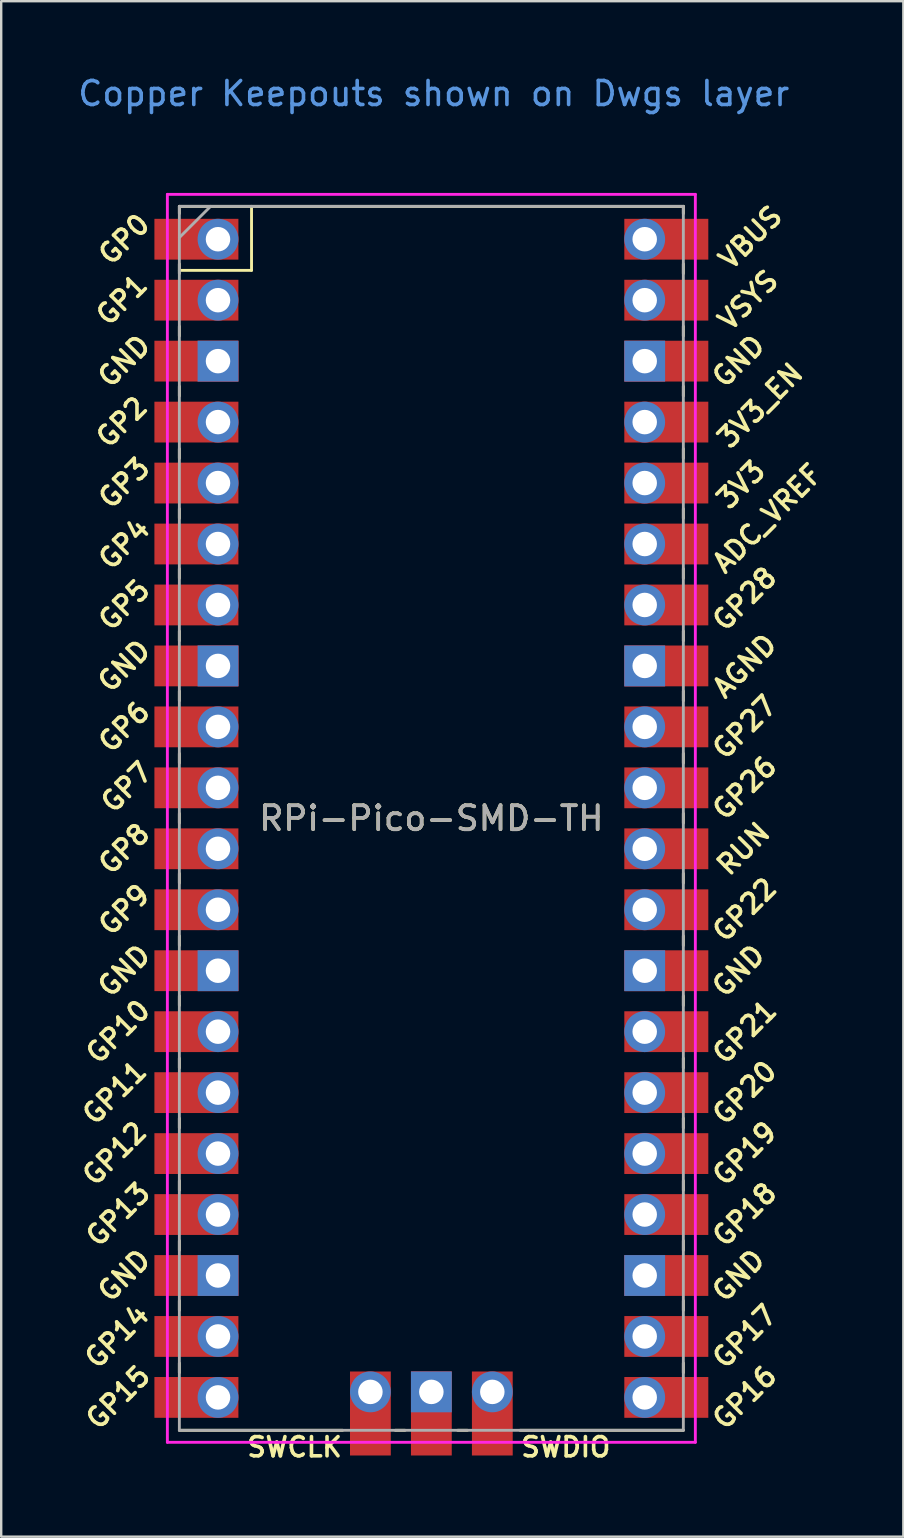
<source format=kicad_pcb>
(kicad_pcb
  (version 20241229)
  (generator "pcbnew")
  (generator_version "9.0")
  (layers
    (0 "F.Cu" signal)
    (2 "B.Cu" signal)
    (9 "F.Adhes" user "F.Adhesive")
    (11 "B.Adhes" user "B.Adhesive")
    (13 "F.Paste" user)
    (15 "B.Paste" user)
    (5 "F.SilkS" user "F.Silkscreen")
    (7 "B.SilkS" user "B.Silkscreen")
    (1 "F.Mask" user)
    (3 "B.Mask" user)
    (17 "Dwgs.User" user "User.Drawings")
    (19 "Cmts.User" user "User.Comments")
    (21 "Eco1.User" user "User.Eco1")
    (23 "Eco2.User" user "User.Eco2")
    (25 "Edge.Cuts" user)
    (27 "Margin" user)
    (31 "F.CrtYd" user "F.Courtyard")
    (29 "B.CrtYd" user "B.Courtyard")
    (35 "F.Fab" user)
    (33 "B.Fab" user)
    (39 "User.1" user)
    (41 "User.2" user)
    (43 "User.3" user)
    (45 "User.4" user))
  (footprint "RPi-Pico-SMD-TH"
    (layer "F.Cu")
    (at 14.924 31.048)
    (property "Reference" "RPi-Pico-SMD-TH" (at 0 0 0) (layer "F.SilkS") (effects (font (size 1 1) (thickness 0.15))))
    (attr through_hole)
    (fp_line (start -10.5 -25.5) (end -10.5 -25.2) (stroke (width 0.12) (type solid)) (layer "F.SilkS"))
    (fp_line (start -10.5 -25.5) (end 10.5 -25.5) (stroke (width 0.12) (type solid)) (layer "F.SilkS"))
    (fp_line (start -10.5 -23.1) (end -10.5 -22.7) (stroke (width 0.12) (type solid)) (layer "F.SilkS"))
    (fp_line (start -10.5 -22.833) (end -7.493 -22.833) (stroke (width 0.12) (type solid)) (layer "F.SilkS"))
    (fp_line (start -10.5 -20.5) (end -10.5 -20.1) (stroke (width 0.12) (type solid)) (layer "F.SilkS"))
    (fp_line (start -10.5 -18) (end -10.5 -17.6) (stroke (width 0.12) (type solid)) (layer "F.SilkS"))
    (fp_line (start -10.5 -15.4) (end -10.5 -15) (stroke (width 0.12) (type solid)) (layer "F.SilkS"))
    (fp_line (start -10.5 -12.9) (end -10.5 -12.5) (stroke (width 0.12) (type solid)) (layer "F.SilkS"))
    (fp_line (start -10.5 -10.4) (end -10.5 -10) (stroke (width 0.12) (type solid)) (layer "F.SilkS"))
    (fp_line (start -10.5 -7.8) (end -10.5 -7.4) (stroke (width 0.12) (type solid)) (layer "F.SilkS"))
    (fp_line (start -10.5 -5.3) (end -10.5 -4.9) (stroke (width 0.12) (type solid)) (layer "F.SilkS"))
    (fp_line (start -10.5 -2.7) (end -10.5 -2.3) (stroke (width 0.12) (type solid)) (layer "F.SilkS"))
    (fp_line (start -10.5 -0.2) (end -10.5 0.2) (stroke (width 0.12) (type solid)) (layer "F.SilkS"))
    (fp_line (start -10.5 2.3) (end -10.5 2.7) (stroke (width 0.12) (type solid)) (layer "F.SilkS"))
    (fp_line (start -10.5 4.9) (end -10.5 5.3) (stroke (width 0.12) (type solid)) (layer "F.SilkS"))
    (fp_line (start -10.5 7.4) (end -10.5 7.8) (stroke (width 0.12) (type solid)) (layer "F.SilkS"))
    (fp_line (start -10.5 10) (end -10.5 10.4) (stroke (width 0.12) (type solid)) (layer "F.SilkS"))
    (fp_line (start -10.5 12.5) (end -10.5 12.9) (stroke (width 0.12) (type solid)) (layer "F.SilkS"))
    (fp_line (start -10.5 15.1) (end -10.5 15.5) (stroke (width 0.12) (type solid)) (layer "F.SilkS"))
    (fp_line (start -10.5 17.6) (end -10.5 18) (stroke (width 0.12) (type solid)) (layer "F.SilkS"))
    (fp_line (start -10.5 20.1) (end -10.5 20.5) (stroke (width 0.12) (type solid)) (layer "F.SilkS"))
    (fp_line (start -10.5 22.7) (end -10.5 23.1) (stroke (width 0.12) (type solid)) (layer "F.SilkS"))
    (fp_line (start -7.493 -22.833) (end -7.493 -25.5) (stroke (width 0.12) (type solid)) (layer "F.SilkS"))
    (fp_line (start -3.7 25.5) (end -10.5 25.5) (stroke (width 0.12) (type solid)) (layer "F.SilkS"))
    (fp_line (start -1.5 25.5) (end -1.1 25.5) (stroke (width 0.12) (type solid)) (layer "F.SilkS"))
    (fp_line (start 1.1 25.5) (end 1.5 25.5) (stroke (width 0.12) (type solid)) (layer "F.SilkS"))
    (fp_line (start 10.5 -25.5) (end 10.5 -25.2) (stroke (width 0.12) (type solid)) (layer "F.SilkS"))
    (fp_line (start 10.5 -23.1) (end 10.5 -22.7) (stroke (width 0.12) (type solid)) (layer "F.SilkS"))
    (fp_line (start 10.5 -20.5) (end 10.5 -20.1) (stroke (width 0.12) (type solid)) (layer "F.SilkS"))
    (fp_line (start 10.5 -18) (end 10.5 -17.6) (stroke (width 0.12) (type solid)) (layer "F.SilkS"))
    (fp_line (start 10.5 -15.4) (end 10.5 -15) (stroke (width 0.12) (type solid)) (layer "F.SilkS"))
    (fp_line (start 10.5 -12.9) (end 10.5 -12.5) (stroke (width 0.12) (type solid)) (layer "F.SilkS"))
    (fp_line (start 10.5 -10.4) (end 10.5 -10) (stroke (width 0.12) (type solid)) (layer "F.SilkS"))
    (fp_line (start 10.5 -7.8) (end 10.5 -7.4) (stroke (width 0.12) (type solid)) (layer "F.SilkS"))
    (fp_line (start 10.5 -5.3) (end 10.5 -4.9) (stroke (width 0.12) (type solid)) (layer "F.SilkS"))
    (fp_line (start 10.5 -2.7) (end 10.5 -2.3) (stroke (width 0.12) (type solid)) (layer "F.SilkS"))
    (fp_line (start 10.5 -0.2) (end 10.5 0.2) (stroke (width 0.12) (type solid)) (layer "F.SilkS"))
    (fp_line (start 10.5 2.3) (end 10.5 2.7) (stroke (width 0.12) (type solid)) (layer "F.SilkS"))
    (fp_line (start 10.5 4.9) (end 10.5 5.3) (stroke (width 0.12) (type solid)) (layer "F.SilkS"))
    (fp_line (start 10.5 7.4) (end 10.5 7.8) (stroke (width 0.12) (type solid)) (layer "F.SilkS"))
    (fp_line (start 10.5 10) (end 10.5 10.4) (stroke (width 0.12) (type solid)) (layer "F.SilkS"))
    (fp_line (start 10.5 12.5) (end 10.5 12.9) (stroke (width 0.12) (type solid)) (layer "F.SilkS"))
    (fp_line (start 10.5 15.1) (end 10.5 15.5) (stroke (width 0.12) (type solid)) (layer "F.SilkS"))
    (fp_line (start 10.5 17.6) (end 10.5 18) (stroke (width 0.12) (type solid)) (layer "F.SilkS"))
    (fp_line (start 10.5 20.1) (end 10.5 20.5) (stroke (width 0.12) (type solid)) (layer "F.SilkS"))
    (fp_line (start 10.5 22.7) (end 10.5 23.1) (stroke (width 0.12) (type solid)) (layer "F.SilkS"))
    (fp_line (start 10.5 25.5) (end 3.7 25.5) (stroke (width 0.12) (type solid)) (layer "F.SilkS"))
    (fp_line (start -11 -26) (end 11 -26) (stroke (width 0.12) (type solid)) (layer "F.CrtYd"))
    (fp_line (start -11 26) (end -11 -26) (stroke (width 0.12) (type solid)) (layer "F.CrtYd"))
    (fp_line (start 11 -26) (end 11 26) (stroke (width 0.12) (type solid)) (layer "F.CrtYd"))
    (fp_line (start 11 26) (end -11 26) (stroke (width 0.12) (type solid)) (layer "F.CrtYd"))
    (fp_line (start -10.5 -25.5) (end 10.5 -25.5) (stroke (width 0.12) (type solid)) (layer "F.Fab"))
    (fp_line (start -10.5 -24.2) (end -9.2 -25.5) (stroke (width 0.12) (type solid)) (layer "F.Fab"))
    (fp_line (start -10.5 25.5) (end -10.5 -25.5) (stroke (width 0.12) (type solid)) (layer "F.Fab"))
    (fp_line (start 10.5 -25.5) (end 10.5 25.5) (stroke (width 0.12) (type solid)) (layer "F.Fab"))
    (fp_line (start 10.5 25.5) (end -10.5 25.5) (stroke (width 0.12) (type solid)) (layer "F.Fab"))
    (fp_text user "GP18" (at 13.054 16.51 45) (layer "F.SilkS") (effects (font (size 0.8 0.8) (thickness 0.15))))
    (fp_text user "GND" (at -12.8 6.35 45) (layer "F.SilkS") (effects (font (size 0.8 0.8) (thickness 0.15))))
    (fp_text user "GND" (at 12.8 6.35 45) (layer "F.SilkS") (effects (font (size 0.8 0.8) (thickness 0.15))))
    (fp_text user "GND" (at 12.8 -19.05 45) (layer "F.SilkS") (effects (font (size 0.8 0.8) (thickness 0.15))))
    (fp_text user "3V3_EN" (at 13.7 -17.2 45) (layer "F.SilkS") (effects (font (size 0.8 0.8) (thickness 0.15))))
    (fp_text user "GP8" (at -12.8 1.27 45) (layer "F.SilkS") (effects (font (size 0.8 0.8) (thickness 0.15))))
    (fp_text user "GND" (at -12.8 -19.05 45) (layer "F.SilkS") (effects (font (size 0.8 0.8) (thickness 0.15))))
    (fp_text user "GND" (at 12.8 19.05 45) (layer "F.SilkS") (effects (font (size 0.8 0.8) (thickness 0.15))))
    (fp_text user "GP2" (at -12.9 -16.51 45) (layer "F.SilkS") (effects (font (size 0.8 0.8) (thickness 0.15))))
    (fp_text user "GP6" (at -12.8 -3.81 45) (layer "F.SilkS") (effects (font (size 0.8 0.8) (thickness 0.15))))
    (fp_text user "GP7" (at -12.7 -1.3 45) (layer "F.SilkS") (effects (font (size 0.8 0.8) (thickness 0.15))))
    (fp_text user "GP0" (at -12.8 -24.13 45) (layer "F.SilkS") (effects (font (size 0.8 0.8) (thickness 0.15))))
    (fp_text user "GP17" (at 13.054 21.59 45) (layer "F.SilkS") (effects (font (size 0.8 0.8) (thickness 0.15))))
    (fp_text user "VBUS" (at 13.3 -24.2 45) (layer "F.SilkS") (effects (font (size 0.8 0.8) (thickness 0.15))))
    (fp_text user "GP11" (at -13.2 11.43 45) (layer "F.SilkS") (effects (font (size 0.8 0.8) (thickness 0.15))))
    (fp_text user "GP19" (at 13.054 13.97 45) (layer "F.SilkS") (effects (font (size 0.8 0.8) (thickness 0.15))))
    (fp_text user "ADC_VREF" (at 14 -12.5 45) (layer "F.SilkS") (effects (font (size 0.8 0.8) (thickness 0.15))))
    (fp_text user "3V3" (at 12.9 -13.9 45) (layer "F.SilkS") (effects (font (size 0.8 0.8) (thickness 0.15))))
    (fp_text user "GP14" (at -13.1 21.59 45) (layer "F.SilkS") (effects (font (size 0.8 0.8) (thickness 0.15))))
    (fp_text user "GP16" (at 13.054 24.13 45) (layer "F.SilkS") (effects (font (size 0.8 0.8) (thickness 0.15))))
    (fp_text user "GP3" (at -12.8 -13.97 45) (layer "F.SilkS") (effects (font (size 0.8 0.8) (thickness 0.15))))
    (fp_text user "GND" (at -12.8 -6.35 45) (layer "F.SilkS") (effects (font (size 0.8 0.8) (thickness 0.15))))
    (fp_text user "GP20" (at 13.054 11.43 45) (layer "F.SilkS") (effects (font (size 0.8 0.8) (thickness 0.15))))
    (fp_text user "AGND" (at 13.054 -6.35 45) (layer "F.SilkS") (effects (font (size 0.8 0.8) (thickness 0.15))))
    (fp_text user "GP4" (at -12.8 -11.43 45) (layer "F.SilkS") (effects (font (size 0.8 0.8) (thickness 0.15))))
    (fp_text user "SWDIO" (at 5.6 26.2 0) (layer "F.SilkS") (effects (font (size 0.8 0.8) (thickness 0.15))))
    (fp_text user "GP5" (at -12.8 -8.89 45) (layer "F.SilkS") (effects (font (size 0.8 0.8) (thickness 0.15))))
    (fp_text user "SWCLK" (at -5.7 26.2 0) (layer "F.SilkS") (effects (font (size 0.8 0.8) (thickness 0.15))))
    (fp_text user "GP9" (at -12.8 3.81 45) (layer "F.SilkS") (effects (font (size 0.8 0.8) (thickness 0.15))))
    (fp_text user "GP27" (at 13.054 -3.8 45) (layer "F.SilkS") (effects (font (size 0.8 0.8) (thickness 0.15))))
    (fp_text user "GND" (at -12.8 19.05 45) (layer "F.SilkS") (effects (font (size 0.8 0.8) (thickness 0.15))))
    (fp_text user "GP15" (at -13.054 24.13 45) (layer "F.SilkS") (effects (font (size 0.8 0.8) (thickness 0.15))))
    (fp_text user "GP1" (at -12.9 -21.6 45) (layer "F.SilkS") (effects (font (size 0.8 0.8) (thickness 0.15))))
    (fp_text user "GP26" (at 13.054 -1.27 45) (layer "F.SilkS") (effects (font (size 0.8 0.8) (thickness 0.15))))
    (fp_text user "GP21" (at 13.054 8.9 45) (layer "F.SilkS") (effects (font (size 0.8 0.8) (thickness 0.15))))
    (fp_text user "GP12" (at -13.2 13.97 45) (layer "F.SilkS") (effects (font (size 0.8 0.8) (thickness 0.15))))
    (fp_text user "GP28" (at 13.054 -9.144 45) (layer "F.SilkS") (effects (font (size 0.8 0.8) (thickness 0.15))))
    (fp_text user "RUN" (at 13 1.27 45) (layer "F.SilkS") (effects (font (size 0.8 0.8) (thickness 0.15))))
    (fp_text user "GP10" (at -13.054 8.89 45) (layer "F.SilkS") (effects (font (size 0.8 0.8) (thickness 0.15))))
    (fp_text user "GP22" (at 13.054 3.81 45) (layer "F.SilkS") (effects (font (size 0.8 0.8) (thickness 0.15))))
    (fp_text user "GP13" (at -13.054 16.51 45) (layer "F.SilkS") (effects (font (size 0.8 0.8) (thickness 0.15))))
    (fp_text user "VSYS" (at 13.2 -21.59 45) (layer "F.SilkS") (effects (font (size 0.8 0.8) (thickness 0.15))))
    (fp_text user "Copper Keepouts shown on Dwgs layer" (at 0.1 -30.2 0) (layer "Cmts.User") (effects (font (size 1 1) (thickness 0.15))))
    (fp_text user "${REFERENCE}" (at 0 0 180) (layer "F.Fab") (effects (font (size 1 1) (thickness 0.15))))
    (pad "1" thru_hole oval (at -8.89 -24.13) (size 1.7 1.7) (drill 1.02) (layers "*.Cu" "*.Mask"))
    (pad "1" smd rect (at -8.89 -24.13) (size 3.5 1.7) (drill (offset -0.9 0)) (layers "F.Cu" "F.Mask"))
    (pad "2" thru_hole oval (at -8.89 -21.59) (size 1.7 1.7) (drill 1.02) (layers "*.Cu" "*.Mask"))
    (pad "2" smd rect (at -8.89 -21.59) (size 3.5 1.7) (drill (offset -0.9 0)) (layers "F.Cu" "F.Mask"))
    (pad "3" thru_hole rect (at -8.89 -19.05) (size 1.7 1.7) (drill 1.02) (layers "*.Cu" "*.Mask"))
    (pad "3" smd rect (at -8.89 -19.05) (size 3.5 1.7) (drill (offset -0.9 0)) (layers "F.Cu" "F.Mask"))
    (pad "4" thru_hole oval (at -8.89 -16.51) (size 1.7 1.7) (drill 1.02) (layers "*.Cu" "*.Mask"))
    (pad "4" smd rect (at -8.89 -16.51) (size 3.5 1.7) (drill (offset -0.9 0)) (layers "F.Cu" "F.Mask"))
    (pad "5" thru_hole oval (at -8.89 -13.97) (size 1.7 1.7) (drill 1.02) (layers "*.Cu" "*.Mask"))
    (pad "5" smd rect (at -8.89 -13.97) (size 3.5 1.7) (drill (offset -0.9 0)) (layers "F.Cu" "F.Mask"))
    (pad "6" thru_hole oval (at -8.89 -11.43) (size 1.7 1.7) (drill 1.02) (layers "*.Cu" "*.Mask"))
    (pad "6" smd rect (at -8.89 -11.43) (size 3.5 1.7) (drill (offset -0.9 0)) (layers "F.Cu" "F.Mask"))
    (pad "7" thru_hole oval (at -8.89 -8.89) (size 1.7 1.7) (drill 1.02) (layers "*.Cu" "*.Mask"))
    (pad "7" smd rect (at -8.89 -8.89) (size 3.5 1.7) (drill (offset -0.9 0)) (layers "F.Cu" "F.Mask"))
    (pad "8" thru_hole rect (at -8.89 -6.35) (size 1.7 1.7) (drill 1.02) (layers "*.Cu" "*.Mask"))
    (pad "8" smd rect (at -8.89 -6.35) (size 3.5 1.7) (drill (offset -0.9 0)) (layers "F.Cu" "F.Mask"))
    (pad "9" thru_hole oval (at -8.89 -3.81) (size 1.7 1.7) (drill 1.02) (layers "*.Cu" "*.Mask"))
    (pad "9" smd rect (at -8.89 -3.81) (size 3.5 1.7) (drill (offset -0.9 0)) (layers "F.Cu" "F.Mask"))
    (pad "10" thru_hole oval (at -8.89 -1.27) (size 1.7 1.7) (drill 1.02) (layers "*.Cu" "*.Mask"))
    (pad "10" smd rect (at -8.89 -1.27) (size 3.5 1.7) (drill (offset -0.9 0)) (layers "F.Cu" "F.Mask"))
    (pad "11" thru_hole oval (at -8.89 1.27) (size 1.7 1.7) (drill 1.02) (layers "*.Cu" "*.Mask"))
    (pad "11" smd rect (at -8.89 1.27) (size 3.5 1.7) (drill (offset -0.9 0)) (layers "F.Cu" "F.Mask"))
    (pad "12" thru_hole oval (at -8.89 3.81) (size 1.7 1.7) (drill 1.02) (layers "*.Cu" "*.Mask"))
    (pad "12" smd rect (at -8.89 3.81) (size 3.5 1.7) (drill (offset -0.9 0)) (layers "F.Cu" "F.Mask"))
    (pad "13" thru_hole rect (at -8.89 6.35) (size 1.7 1.7) (drill 1.02) (layers "*.Cu" "*.Mask"))
    (pad "13" smd rect (at -8.89 6.35) (size 3.5 1.7) (drill (offset -0.9 0)) (layers "F.Cu" "F.Mask"))
    (pad "14" thru_hole oval (at -8.89 8.89) (size 1.7 1.7) (drill 1.02) (layers "*.Cu" "*.Mask"))
    (pad "14" smd rect (at -8.89 8.89) (size 3.5 1.7) (drill (offset -0.9 0)) (layers "F.Cu" "F.Mask"))
    (pad "15" thru_hole oval (at -8.89 11.43) (size 1.7 1.7) (drill 1.02) (layers "*.Cu" "*.Mask"))
    (pad "15" smd rect (at -8.89 11.43) (size 3.5 1.7) (drill (offset -0.9 0)) (layers "F.Cu" "F.Mask"))
    (pad "16" thru_hole oval (at -8.89 13.97) (size 1.7 1.7) (drill 1.02) (layers "*.Cu" "*.Mask"))
    (pad "16" smd rect (at -8.89 13.97) (size 3.5 1.7) (drill (offset -0.9 0)) (layers "F.Cu" "F.Mask"))
    (pad "17" thru_hole oval (at -8.89 16.51) (size 1.7 1.7) (drill 1.02) (layers "*.Cu" "*.Mask"))
    (pad "17" smd rect (at -8.89 16.51) (size 3.5 1.7) (drill (offset -0.9 0)) (layers "F.Cu" "F.Mask"))
    (pad "18" thru_hole rect (at -8.89 19.05) (size 1.7 1.7) (drill 1.02) (layers "*.Cu" "*.Mask"))
    (pad "18" smd rect (at -8.89 19.05) (size 3.5 1.7) (drill (offset -0.9 0)) (layers "F.Cu" "F.Mask"))
    (pad "19" thru_hole oval (at -8.89 21.59) (size 1.7 1.7) (drill 1.02) (layers "*.Cu" "*.Mask"))
    (pad "19" smd rect (at -8.89 21.59) (size 3.5 1.7) (drill (offset -0.9 0)) (layers "F.Cu" "F.Mask"))
    (pad "20" thru_hole oval (at -8.89 24.13) (size 1.7 1.7) (drill 1.02) (layers "*.Cu" "*.Mask"))
    (pad "20" smd rect (at -8.89 24.13) (size 3.5 1.7) (drill (offset -0.9 0)) (layers "F.Cu" "F.Mask"))
    (pad "21" thru_hole oval (at 8.89 24.13) (size 1.7 1.7) (drill 1.02) (layers "*.Cu" "*.Mask"))
    (pad "21" smd rect (at 8.89 24.13) (size 3.5 1.7) (drill (offset 0.9 0)) (layers "F.Cu" "F.Mask"))
    (pad "22" thru_hole oval (at 8.89 21.59) (size 1.7 1.7) (drill 1.02) (layers "*.Cu" "*.Mask"))
    (pad "22" smd rect (at 8.89 21.59) (size 3.5 1.7) (drill (offset 0.9 0)) (layers "F.Cu" "F.Mask"))
    (pad "23" thru_hole rect (at 8.89 19.05) (size 1.7 1.7) (drill 1.02) (layers "*.Cu" "*.Mask"))
    (pad "23" smd rect (at 8.89 19.05) (size 3.5 1.7) (drill (offset 0.9 0)) (layers "F.Cu" "F.Mask"))
    (pad "24" thru_hole oval (at 8.89 16.51) (size 1.7 1.7) (drill 1.02) (layers "*.Cu" "*.Mask"))
    (pad "24" smd rect (at 8.89 16.51) (size 3.5 1.7) (drill (offset 0.9 0)) (layers "F.Cu" "F.Mask"))
    (pad "25" thru_hole oval (at 8.89 13.97) (size 1.7 1.7) (drill 1.02) (layers "*.Cu" "*.Mask"))
    (pad "25" smd rect (at 8.89 13.97) (size 3.5 1.7) (drill (offset 0.9 0)) (layers "F.Cu" "F.Mask"))
    (pad "26" thru_hole oval (at 8.89 11.43) (size 1.7 1.7) (drill 1.02) (layers "*.Cu" "*.Mask"))
    (pad "26" smd rect (at 8.89 11.43) (size 3.5 1.7) (drill (offset 0.9 0)) (layers "F.Cu" "F.Mask"))
    (pad "27" thru_hole oval (at 8.89 8.89) (size 1.7 1.7) (drill 1.02) (layers "*.Cu" "*.Mask"))
    (pad "27" smd rect (at 8.89 8.89) (size 3.5 1.7) (drill (offset 0.9 0)) (layers "F.Cu" "F.Mask"))
    (pad "28" thru_hole rect (at 8.89 6.35) (size 1.7 1.7) (drill 1.02) (layers "*.Cu" "*.Mask"))
    (pad "28" smd rect (at 8.89 6.35) (size 3.5 1.7) (drill (offset 0.9 0)) (layers "F.Cu" "F.Mask"))
    (pad "29" thru_hole oval (at 8.89 3.81) (size 1.7 1.7) (drill 1.02) (layers "*.Cu" "*.Mask"))
    (pad "29" smd rect (at 8.89 3.81) (size 3.5 1.7) (drill (offset 0.9 0)) (layers "F.Cu" "F.Mask"))
    (pad "30" thru_hole oval (at 8.89 1.27) (size 1.7 1.7) (drill 1.02) (layers "*.Cu" "*.Mask"))
    (pad "30" smd rect (at 8.89 1.27) (size 3.5 1.7) (drill (offset 0.9 0)) (layers "F.Cu" "F.Mask"))
    (pad "31" thru_hole oval (at 8.89 -1.27) (size 1.7 1.7) (drill 1.02) (layers "*.Cu" "*.Mask"))
    (pad "31" smd rect (at 8.89 -1.27) (size 3.5 1.7) (drill (offset 0.9 0)) (layers "F.Cu" "F.Mask"))
    (pad "32" thru_hole oval (at 8.89 -3.81) (size 1.7 1.7) (drill 1.02) (layers "*.Cu" "*.Mask"))
    (pad "32" smd rect (at 8.89 -3.81) (size 3.5 1.7) (drill (offset 0.9 0)) (layers "F.Cu" "F.Mask"))
    (pad "33" thru_hole rect (at 8.89 -6.35) (size 1.7 1.7) (drill 1.02) (layers "*.Cu" "*.Mask"))
    (pad "33" smd rect (at 8.89 -6.35) (size 3.5 1.7) (drill (offset 0.9 0)) (layers "F.Cu" "F.Mask"))
    (pad "34" thru_hole oval (at 8.89 -8.89) (size 1.7 1.7) (drill 1.02) (layers "*.Cu" "*.Mask"))
    (pad "34" smd rect (at 8.89 -8.89) (size 3.5 1.7) (drill (offset 0.9 0)) (layers "F.Cu" "F.Mask"))
    (pad "35" thru_hole oval (at 8.89 -11.43) (size 1.7 1.7) (drill 1.02) (layers "*.Cu" "*.Mask"))
    (pad "35" smd rect (at 8.89 -11.43) (size 3.5 1.7) (drill (offset 0.9 0)) (layers "F.Cu" "F.Mask"))
    (pad "36" thru_hole oval (at 8.89 -13.97) (size 1.7 1.7) (drill 1.02) (layers "*.Cu" "*.Mask"))
    (pad "36" smd rect (at 8.89 -13.97) (size 3.5 1.7) (drill (offset 0.9 0)) (layers "F.Cu" "F.Mask"))
    (pad "37" thru_hole oval (at 8.89 -16.51) (size 1.7 1.7) (drill 1.02) (layers "*.Cu" "*.Mask"))
    (pad "37" smd rect (at 8.89 -16.51) (size 3.5 1.7) (drill (offset 0.9 0)) (layers "F.Cu" "F.Mask"))
    (pad "38" thru_hole rect (at 8.89 -19.05) (size 1.7 1.7) (drill 1.02) (layers "*.Cu" "*.Mask"))
    (pad "38" smd rect (at 8.89 -19.05) (size 3.5 1.7) (drill (offset 0.9 0)) (layers "F.Cu" "F.Mask"))
    (pad "39" thru_hole oval (at 8.89 -21.59) (size 1.7 1.7) (drill 1.02) (layers "*.Cu" "*.Mask"))
    (pad "39" smd rect (at 8.89 -21.59) (size 3.5 1.7) (drill (offset 0.9 0)) (layers "F.Cu" "F.Mask"))
    (pad "40" thru_hole oval (at 8.89 -24.13) (size 1.7 1.7) (drill 1.02) (layers "*.Cu" "*.Mask"))
    (pad "40" smd rect (at 8.89 -24.13) (size 3.5 1.7) (drill (offset 0.9 0)) (layers "F.Cu" "F.Mask"))
    (pad "41" thru_hole oval (at -2.54 23.9) (size 1.7 1.7) (drill 1.02) (layers "*.Cu" "*.Mask"))
    (pad "41" smd rect (at -2.54 23.9 90) (size 3.5 1.7) (drill (offset -0.9 0)) (layers "F.Cu" "F.Mask"))
    (pad "42" thru_hole rect (at 0 23.9) (size 1.7 1.7) (drill 1.02) (layers "*.Cu" "*.Mask"))
    (pad "42" smd rect (at 0 23.9 90) (size 3.5 1.7) (drill (offset -0.9 0)) (layers "F.Cu" "F.Mask"))
    (pad "43" thru_hole oval (at 2.54 23.9) (size 1.7 1.7) (drill 1.02) (layers "*.Cu" "*.Mask"))
    (pad "43" smd rect (at 2.54 23.9 90) (size 3.5 1.7) (drill (offset -0.9 0)) (layers "F.Cu" "F.Mask")))
  (gr_rect
    (start -3 -3)
    (end 34.591 60.98)
    (stroke (width 0.1) (type default))
    (fill no)
    (layer "Edge.Cuts")))
</source>
